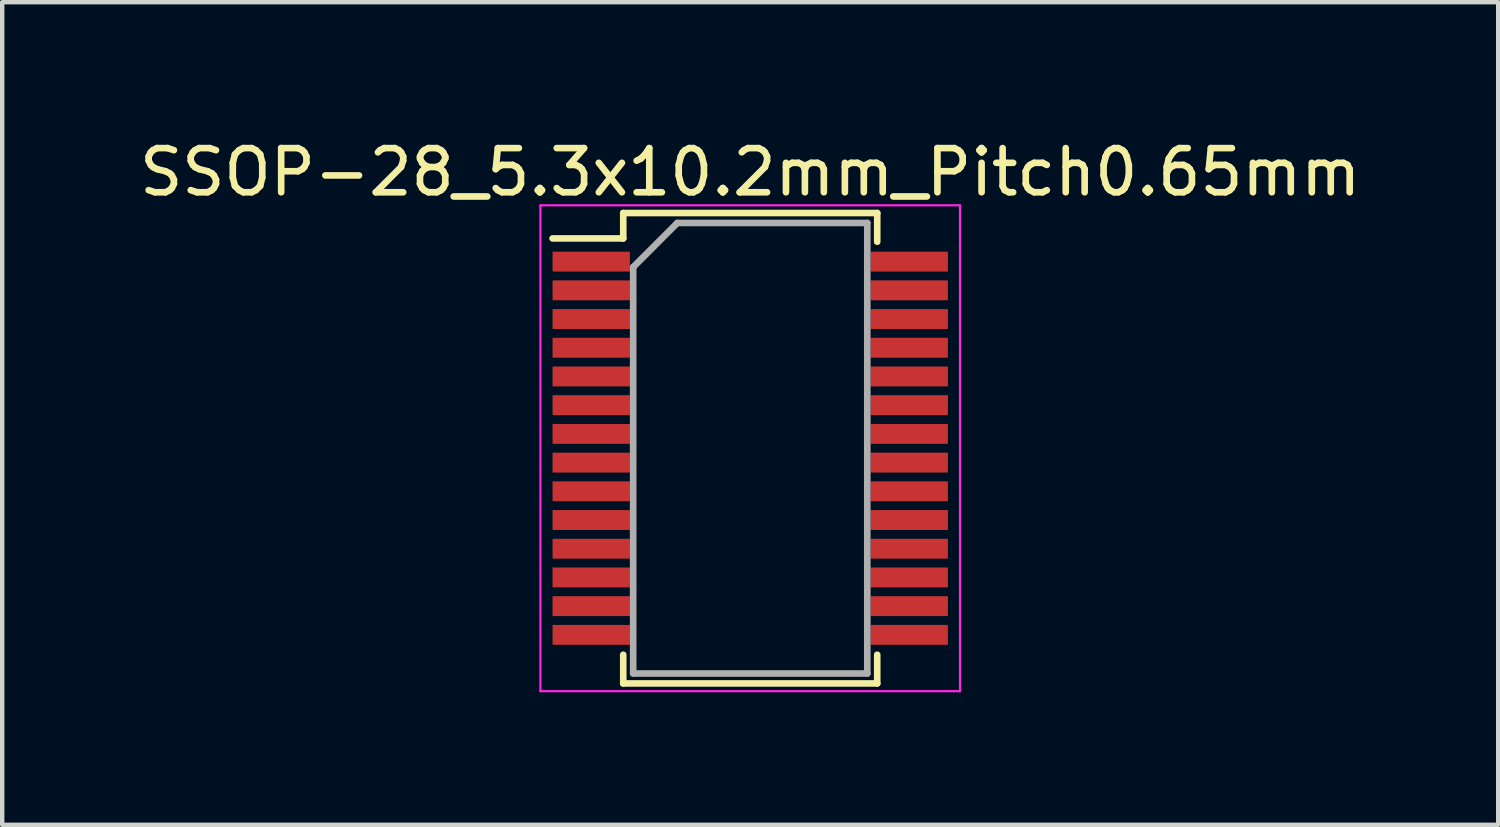
<source format=kicad_pcb>
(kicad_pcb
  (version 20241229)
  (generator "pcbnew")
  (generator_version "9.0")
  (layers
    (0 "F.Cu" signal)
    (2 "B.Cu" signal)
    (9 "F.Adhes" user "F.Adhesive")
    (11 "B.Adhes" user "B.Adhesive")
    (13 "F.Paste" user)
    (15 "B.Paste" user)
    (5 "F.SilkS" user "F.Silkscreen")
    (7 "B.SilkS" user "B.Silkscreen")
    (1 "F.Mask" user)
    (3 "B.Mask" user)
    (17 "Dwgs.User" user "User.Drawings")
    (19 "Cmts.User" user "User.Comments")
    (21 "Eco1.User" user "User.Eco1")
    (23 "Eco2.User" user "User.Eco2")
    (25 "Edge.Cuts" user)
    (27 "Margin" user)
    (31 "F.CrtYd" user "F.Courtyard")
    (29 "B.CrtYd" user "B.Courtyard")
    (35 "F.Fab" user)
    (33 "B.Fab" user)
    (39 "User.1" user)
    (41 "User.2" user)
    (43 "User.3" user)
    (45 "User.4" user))
  (footprint "SSOP-28_5.3x10.2mm_Pitch0.65mm"
    (layer "F.Cu")
    (at 13.935 7.098)
    (property "Reference" "SSOP-28_5.3x10.2mm_Pitch0.65mm" (at 0 -6.25 0) (layer "F.SilkS") (effects (font (size 1 1) (thickness 0.15))))
    (attr smd)
    (fp_line (start -2.875 -5.325) (end -2.875 -4.75) (stroke (width 0.15) (type solid)) (layer "F.SilkS"))
    (fp_line (start -2.875 -5.325) (end 2.875 -5.325) (stroke (width 0.15) (type solid)) (layer "F.SilkS"))
    (fp_line (start -2.875 -4.75) (end -4.475 -4.75) (stroke (width 0.15) (type solid)) (layer "F.SilkS"))
    (fp_line (start -2.875 5.325) (end -2.875 4.675) (stroke (width 0.15) (type solid)) (layer "F.SilkS"))
    (fp_line (start -2.875 5.325) (end 2.875 5.325) (stroke (width 0.15) (type solid)) (layer "F.SilkS"))
    (fp_line (start 2.875 -5.325) (end 2.875 -4.675) (stroke (width 0.15) (type solid)) (layer "F.SilkS"))
    (fp_line (start 2.875 5.325) (end 2.875 4.675) (stroke (width 0.15) (type solid)) (layer "F.SilkS"))
    (fp_line (start -4.75 -5.5) (end -4.75 5.5) (stroke (width 0.05) (type solid)) (layer "F.CrtYd"))
    (fp_line (start -4.75 -5.5) (end 4.75 -5.5) (stroke (width 0.05) (type solid)) (layer "F.CrtYd"))
    (fp_line (start -4.75 5.5) (end 4.75 5.5) (stroke (width 0.05) (type solid)) (layer "F.CrtYd"))
    (fp_line (start 4.75 -5.5) (end 4.75 5.5) (stroke (width 0.05) (type solid)) (layer "F.CrtYd"))
    (fp_line (start -2.65 -4.1) (end -1.65 -5.1) (stroke (width 0.15) (type solid)) (layer "F.Fab"))
    (fp_line (start -2.65 5.1) (end -2.65 -4.1) (stroke (width 0.15) (type solid)) (layer "F.Fab"))
    (fp_line (start -1.65 -5.1) (end 2.65 -5.1) (stroke (width 0.15) (type solid)) (layer "F.Fab"))
    (fp_line (start 2.65 -5.1) (end 2.65 5.1) (stroke (width 0.15) (type solid)) (layer "F.Fab"))
    (fp_line (start 2.65 5.1) (end -2.65 5.1) (stroke (width 0.15) (type solid)) (layer "F.Fab"))
    (pad "1" smd rect (at -3.6 -4.225) (size 1.75 0.45) (layers "F.Cu" "F.Mask" "F.Paste"))
    (pad "2" smd rect (at -3.6 -3.575) (size 1.75 0.45) (layers "F.Cu" "F.Mask" "F.Paste"))
    (pad "3" smd rect (at -3.6 -2.925) (size 1.75 0.45) (layers "F.Cu" "F.Mask" "F.Paste"))
    (pad "4" smd rect (at -3.6 -2.275) (size 1.75 0.45) (layers "F.Cu" "F.Mask" "F.Paste"))
    (pad "5" smd rect (at -3.6 -1.625) (size 1.75 0.45) (layers "F.Cu" "F.Mask" "F.Paste"))
    (pad "6" smd rect (at -3.6 -0.975) (size 1.75 0.45) (layers "F.Cu" "F.Mask" "F.Paste"))
    (pad "7" smd rect (at -3.6 -0.325) (size 1.75 0.45) (layers "F.Cu" "F.Mask" "F.Paste"))
    (pad "8" smd rect (at -3.6 0.325) (size 1.75 0.45) (layers "F.Cu" "F.Mask" "F.Paste"))
    (pad "9" smd rect (at -3.6 0.975) (size 1.75 0.45) (layers "F.Cu" "F.Mask" "F.Paste"))
    (pad "10" smd rect (at -3.6 1.625) (size 1.75 0.45) (layers "F.Cu" "F.Mask" "F.Paste"))
    (pad "11" smd rect (at -3.6 2.275) (size 1.75 0.45) (layers "F.Cu" "F.Mask" "F.Paste"))
    (pad "12" smd rect (at -3.6 2.925) (size 1.75 0.45) (layers "F.Cu" "F.Mask" "F.Paste"))
    (pad "13" smd rect (at -3.6 3.575) (size 1.75 0.45) (layers "F.Cu" "F.Mask" "F.Paste"))
    (pad "14" smd rect (at -3.6 4.225) (size 1.75 0.45) (layers "F.Cu" "F.Mask" "F.Paste"))
    (pad "15" smd rect (at 3.6 4.225) (size 1.75 0.45) (layers "F.Cu" "F.Mask" "F.Paste"))
    (pad "16" smd rect (at 3.6 3.575) (size 1.75 0.45) (layers "F.Cu" "F.Mask" "F.Paste"))
    (pad "17" smd rect (at 3.6 2.925) (size 1.75 0.45) (layers "F.Cu" "F.Mask" "F.Paste"))
    (pad "18" smd rect (at 3.6 2.275) (size 1.75 0.45) (layers "F.Cu" "F.Mask" "F.Paste"))
    (pad "19" smd rect (at 3.6 1.625) (size 1.75 0.45) (layers "F.Cu" "F.Mask" "F.Paste"))
    (pad "20" smd rect (at 3.6 0.975) (size 1.75 0.45) (layers "F.Cu" "F.Mask" "F.Paste"))
    (pad "21" smd rect (at 3.6 0.325) (size 1.75 0.45) (layers "F.Cu" "F.Mask" "F.Paste"))
    (pad "22" smd rect (at 3.6 -0.325) (size 1.75 0.45) (layers "F.Cu" "F.Mask" "F.Paste"))
    (pad "23" smd rect (at 3.6 -0.975) (size 1.75 0.45) (layers "F.Cu" "F.Mask" "F.Paste"))
    (pad "24" smd rect (at 3.6 -1.625) (size 1.75 0.45) (layers "F.Cu" "F.Mask" "F.Paste"))
    (pad "25" smd rect (at 3.6 -2.275) (size 1.75 0.45) (layers "F.Cu" "F.Mask" "F.Paste"))
    (pad "26" smd rect (at 3.6 -2.925) (size 1.75 0.45) (layers "F.Cu" "F.Mask" "F.Paste"))
    (pad "27" smd rect (at 3.6 -3.575) (size 1.75 0.45) (layers "F.Cu" "F.Mask" "F.Paste"))
    (pad "28" smd rect (at 3.6 -4.225) (size 1.75 0.45) (layers "F.Cu" "F.Mask" "F.Paste")))
  (gr_rect
    (start -3 -3)
    (end 30.869 15.623)
    (stroke (width 0.1) (type default))
    (fill no)
    (layer "Edge.Cuts")))
</source>
